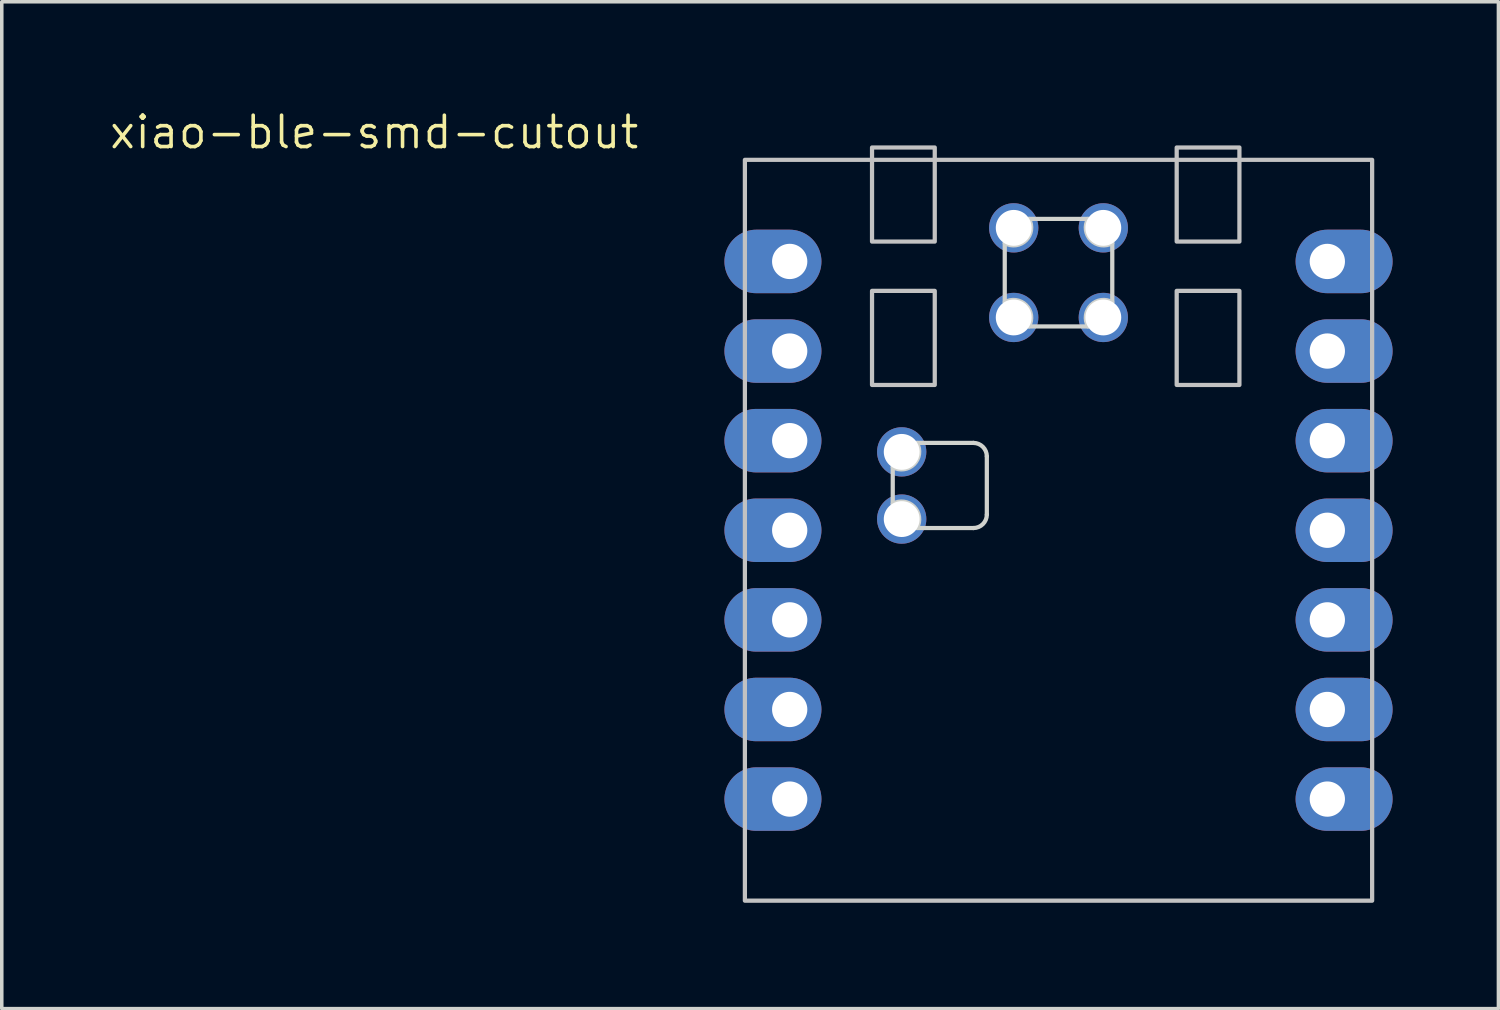
<source format=kicad_pcb>
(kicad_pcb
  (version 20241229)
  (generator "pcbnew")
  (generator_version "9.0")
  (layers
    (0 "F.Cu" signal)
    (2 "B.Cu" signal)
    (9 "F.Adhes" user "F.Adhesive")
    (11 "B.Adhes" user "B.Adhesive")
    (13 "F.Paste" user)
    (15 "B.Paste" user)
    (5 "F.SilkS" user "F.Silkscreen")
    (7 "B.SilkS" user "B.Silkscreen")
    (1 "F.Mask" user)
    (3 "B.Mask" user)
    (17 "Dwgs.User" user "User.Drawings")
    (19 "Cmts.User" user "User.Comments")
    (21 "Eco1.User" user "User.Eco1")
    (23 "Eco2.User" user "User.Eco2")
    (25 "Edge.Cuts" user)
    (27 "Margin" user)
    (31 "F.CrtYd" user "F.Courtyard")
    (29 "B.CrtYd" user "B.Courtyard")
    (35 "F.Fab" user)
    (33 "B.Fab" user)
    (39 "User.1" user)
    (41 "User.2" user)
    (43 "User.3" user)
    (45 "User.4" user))
  (footprint "xiao-ble-smd-cutout"
    (layer "F.Cu")
    (at 26.955 11.981)
    (property "Reference" "xiao-ble-smd-cutout" (at -19.399 -11.283 0) (layer "F.SilkS") (effects (font (size 0.889 0.889) (thickness 0.102))))
    (attr smd exclude_from_pos_files)
    (fp_rect (start -8.89 10.5) (end 8.89 -10.5) (stroke (width 0.12) (type solid)) (fill no) (layer "Dwgs.User"))
    (fp_rect (start -5.286 -6.786) (end -3.508 -4.119) (stroke (width 0.12) (type solid)) (fill no) (layer "Dwgs.User"))
    (fp_rect (start -3.508 -8.183) (end -5.286 -10.85) (stroke (width 0.12) (type solid)) (fill no) (layer "Dwgs.User"))
    (fp_rect (start 3.35 -10.85) (end 5.128 -8.183) (stroke (width 0.12) (type solid)) (fill no) (layer "Dwgs.User"))
    (fp_rect (start 3.35 -6.786) (end 5.128 -4.119) (stroke (width 0.12) (type solid)) (fill no) (layer "Dwgs.User"))
    (fp_line (start -4.699 -0.749) (end -4.699 -1.79) (stroke (width 0.12) (type solid)) (layer "Edge.Cuts"))
    (fp_line (start -4.013 -2.476) (end -2.413 -2.476) (stroke (width 0.12) (type solid)) (layer "Edge.Cuts"))
    (fp_line (start -2.413 -0.063) (end -4.013 -0.063) (stroke (width 0.12) (type solid)) (layer "Edge.Cuts"))
    (fp_line (start -2.032 -2.095) (end -2.032 -0.444) (stroke (width 0.12) (type solid)) (layer "Edge.Cuts"))
    (fp_line (start -1.524 -6.464) (end -1.524 -8.14) (stroke (width 0.12) (type solid)) (layer "Edge.Cuts"))
    (fp_line (start -0.838 -8.826) (end 0.838 -8.826) (stroke (width 0.12) (type solid)) (layer "Edge.Cuts"))
    (fp_line (start -0.838 -5.778) (end 0.838 -5.778) (stroke (width 0.12) (type solid)) (layer "Edge.Cuts"))
    (fp_line (start 1.524 -6.464) (end 1.524 -8.14) (stroke (width 0.12) (type solid)) (layer "Edge.Cuts"))
    (fp_arc (start -4.699 -0.7488) (mid -4.095391 -0.666609) (end -4.0132 -0.063) (stroke (width 0.12) (type solid)) (layer "Edge.Cuts"))
    (fp_arc (start -4.0132 -2.476) (mid -4.095391 -1.872391) (end -4.699 -1.7902) (stroke (width 0.12) (type solid)) (layer "Edge.Cuts"))
    (fp_arc (start -2.413 -2.476) (mid -2.143592 -2.364408) (end -2.032 -2.095) (stroke (width 0.12) (type solid)) (layer "Edge.Cuts"))
    (fp_arc (start -2.032 -0.444) (mid -2.143592 -0.174592) (end -2.413 -0.063) (stroke (width 0.12) (type solid)) (layer "Edge.Cuts"))
    (fp_arc (start -1.524 -6.4638) (mid -0.920391 -6.381609) (end -0.8382 -5.778) (stroke (width 0.12) (type solid)) (layer "Edge.Cuts"))
    (fp_arc (start -0.8382 -8.826) (mid -0.920391 -8.222391) (end -1.524 -8.1402) (stroke (width 0.12) (type solid)) (layer "Edge.Cuts"))
    (fp_arc (start 0.8382 -5.778) (mid 0.920391 -6.381609) (end 1.524 -6.4638) (stroke (width 0.12) (type solid)) (layer "Edge.Cuts"))
    (fp_arc (start 1.524 -8.1402) (mid 0.920391 -8.222391) (end 0.8382 -8.826) (stroke (width 0.12) (type solid)) (layer "Edge.Cuts"))
    (pad "1" thru_hole oval (at -7.62 -7.62) (size 2.75 1.8) (drill 1 (offset -0.475 0)) (layers "*.Cu" "*.Mask"))
    (pad "2" thru_hole oval (at -7.62 -5.08) (size 2.75 1.8) (drill 1 (offset -0.475 0)) (layers "*.Cu" "*.Mask"))
    (pad "3" thru_hole oval (at -7.62 -2.54) (size 2.75 1.8) (drill 1 (offset -0.475 0)) (layers "*.Cu" "*.Mask"))
    (pad "4" thru_hole oval (at -7.62 0) (size 2.75 1.8) (drill 1 (offset -0.475 0)) (layers "*.Cu" "*.Mask"))
    (pad "5" thru_hole oval (at -7.62 2.54) (size 2.75 1.8) (drill 1 (offset -0.475 0)) (layers "*.Cu" "*.Mask"))
    (pad "6" thru_hole oval (at -7.62 5.08) (size 2.75 1.8) (drill 1 (offset -0.475 0)) (layers "*.Cu" "*.Mask"))
    (pad "7" thru_hole oval (at -7.62 7.62) (size 2.75 1.8) (drill 1 (offset -0.475 0)) (layers "*.Cu" "*.Mask"))
    (pad "8" thru_hole oval (at 7.62 7.62 180) (size 2.75 1.8) (drill 1 (offset -0.475 0)) (layers "*.Cu" "*.Mask"))
    (pad "9" thru_hole oval (at 7.62 5.08 180) (size 2.75 1.8) (drill 1 (offset -0.475 0)) (layers "*.Cu" "*.Mask"))
    (pad "10" thru_hole oval (at 7.62 2.54 180) (size 2.75 1.8) (drill 1 (offset -0.475 0)) (layers "*.Cu" "*.Mask"))
    (pad "11" thru_hole oval (at 7.62 0 180) (size 2.75 1.8) (drill 1 (offset -0.475 0)) (layers "*.Cu" "*.Mask"))
    (pad "12" thru_hole oval (at 7.62 -2.54 180) (size 2.75 1.8) (drill 1 (offset -0.475 0)) (layers "*.Cu" "*.Mask"))
    (pad "13" thru_hole oval (at 7.62 -5.08 180) (size 2.75 1.8) (drill 1 (offset -0.475 0)) (layers "*.Cu" "*.Mask"))
    (pad "14" thru_hole oval (at 7.62 -7.62 180) (size 2.75 1.8) (drill 1 (offset -0.475 0)) (layers "*.Cu" "*.Mask"))
    (pad "15" thru_hole circle (at -1.27 -8.572 90) (size 1.397 1.397) (drill 1.016) (layers "*.Cu" "*.Mask"))
    (pad "16" thru_hole circle (at 1.27 -8.572 90) (size 1.397 1.397) (drill 1.016) (layers "*.Cu" "*.Mask"))
    (pad "17" thru_hole circle (at -1.27 -6.032 90) (size 1.397 1.397) (drill 1.016) (layers "*.Cu" "*.Mask"))
    (pad "18" thru_hole circle (at 1.27 -6.032 90) (size 1.397 1.397) (drill 1.016) (layers "*.Cu" "*.Mask"))
    (pad "19" thru_hole circle (at -4.445 -0.317 180) (size 1.397 1.397) (drill 1.016) (layers "*.Cu" "*.Mask"))
    (pad "20" thru_hole circle (at -4.445 -2.222 180) (size 1.397 1.397) (drill 1.016) (layers "*.Cu" "*.Mask")))
  (gr_rect
    (start -3 -3)
    (end 39.425 25.541)
    (stroke (width 0.1) (type default))
    (fill no)
    (layer "Edge.Cuts")))
</source>
